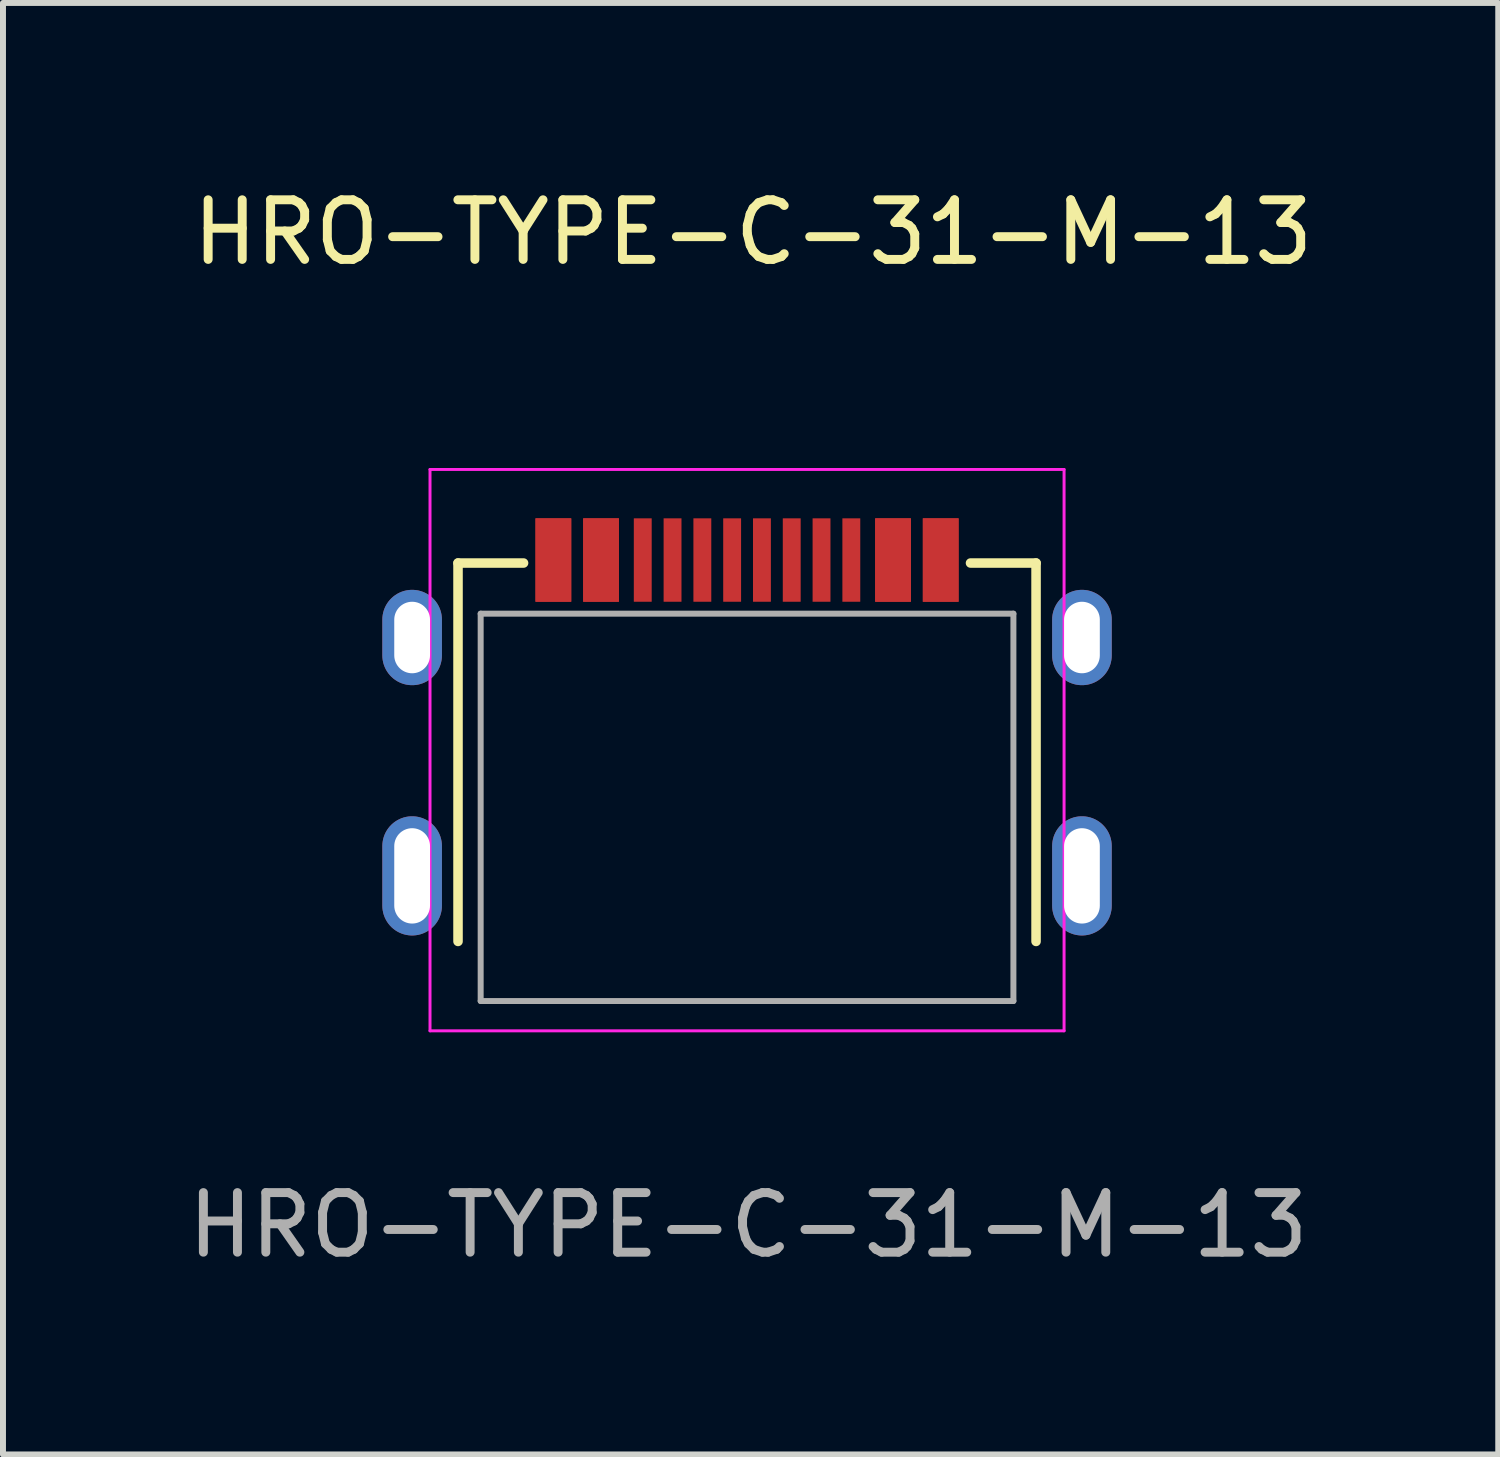
<source format=kicad_pcb>
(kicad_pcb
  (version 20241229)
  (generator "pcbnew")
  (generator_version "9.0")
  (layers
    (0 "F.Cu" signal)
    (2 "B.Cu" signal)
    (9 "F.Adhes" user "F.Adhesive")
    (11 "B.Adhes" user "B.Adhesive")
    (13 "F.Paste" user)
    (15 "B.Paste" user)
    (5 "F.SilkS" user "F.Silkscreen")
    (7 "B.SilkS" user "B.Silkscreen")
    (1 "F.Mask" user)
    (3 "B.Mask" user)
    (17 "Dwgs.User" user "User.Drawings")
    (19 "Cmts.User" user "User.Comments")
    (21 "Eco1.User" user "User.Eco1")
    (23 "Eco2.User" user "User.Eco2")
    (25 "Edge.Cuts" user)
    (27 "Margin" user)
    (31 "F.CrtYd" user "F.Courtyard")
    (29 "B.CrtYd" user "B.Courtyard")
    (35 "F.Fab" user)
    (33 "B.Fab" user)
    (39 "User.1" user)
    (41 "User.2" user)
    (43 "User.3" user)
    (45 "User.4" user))
  (footprint "HRO-TYPE-C-31-M-13"
    (layer "F.Cu")
    (at 9.586 10.098)
    (property "Reference" "HRO-TYPE-C-31-M-13" (at 0 -9.25 0) (layer "F.SilkS") (effects (font (size 1 1) (thickness 0.15))))
    (attr smd)
    (fp_line (start -4.95 -3.7) (end -4.95 2.65) (stroke (width 0.16) (type solid)) (layer "F.SilkS"))
    (fp_line (start -4.95 -3.7) (end -3.85 -3.7) (stroke (width 0.16) (type solid)) (layer "F.SilkS"))
    (fp_line (start 4.75 -3.7) (end 3.65 -3.7) (stroke (width 0.16) (type solid)) (layer "F.SilkS"))
    (fp_line (start 4.75 -3.7) (end 4.75 2.65) (stroke (width 0.16) (type solid)) (layer "F.SilkS"))
    (fp_line (start -4.72 -3.05) (end -4.72 3.65) (stroke (width 0.05) (type solid)) (layer "Eco1.User"))
    (fp_line (start -4.72 3.65) (end -6.1 3.65) (stroke (width 0.05) (type solid)) (layer "Eco1.User"))
    (fp_line (start -4.32 -3.05) (end 4.12 -3.05) (stroke (width 0.05) (type solid)) (layer "Eco1.User"))
    (fp_line (start 4.52 3.65) (end 4.52 -3.05) (stroke (width 0.05) (type solid)) (layer "Eco1.User"))
    (fp_line (start 5.9 3.65) (end 4.52 3.65) (stroke (width 0.05) (type solid)) (layer "Eco1.User"))
    (fp_arc (start -4.72 -3.05) (mid -4.52 -3.25) (end -4.32 -3.05) (stroke (width 0.05) (type solid)) (layer "Eco1.User"))
    (fp_arc (start 4.12 -3.05) (mid 4.32 -3.25) (end 4.52 -3.05) (stroke (width 0.05) (type solid)) (layer "Eco1.User"))
    (fp_line (start -5.42 -5.27) (end -5.42 4.15) (stroke (width 0.05) (type solid)) (layer "F.CrtYd"))
    (fp_line (start -5.42 -5.27) (end 5.22 -5.27) (stroke (width 0.05) (type solid)) (layer "F.CrtYd"))
    (fp_line (start -5.42 4.15) (end 5.22 4.15) (stroke (width 0.05) (type solid)) (layer "F.CrtYd"))
    (fp_line (start 5.22 -5.27) (end 5.22 4.15) (stroke (width 0.05) (type solid)) (layer "F.CrtYd"))
    (fp_line (start -4.57 -2.85) (end -4.57 3.65) (stroke (width 0.1) (type solid)) (layer "F.Fab"))
    (fp_line (start -4.57 -2.85) (end 4.37 -2.85) (stroke (width 0.1) (type solid)) (layer "F.Fab"))
    (fp_line (start -4.57 3.65) (end 4.37 3.65) (stroke (width 0.1) (type solid)) (layer "F.Fab"))
    (fp_line (start 4.37 -2.85) (end 4.37 3.65) (stroke (width 0.1) (type solid)) (layer "F.Fab"))
    (fp_text user "${REFERENCE}" (at -0.08 7.41 180) (layer "F.Fab") (effects (font (size 1 1) (thickness 0.15))))
    (pad "A1" smd rect (at -3.35 -3.75) (size 0.6 1.4) (layers "F.Cu" "F.Mask" "F.Paste"))
    (pad "A4" smd rect (at -2.55 -3.75) (size 0.6 1.4) (layers "F.Cu" "F.Mask" "F.Paste"))
    (pad "A5" smd rect (at -1.35 -3.75) (size 0.3 1.4) (layers "F.Cu" "F.Mask" "F.Paste"))
    (pad "A6" smd rect (at -0.35 -3.75) (size 0.3 1.4) (layers "F.Cu" "F.Mask" "F.Paste"))
    (pad "A7" smd rect (at 0.15 -3.75) (size 0.3 1.4) (layers "F.Cu" "F.Mask" "F.Paste"))
    (pad "A8" smd rect (at 1.15 -3.75) (size 0.3 1.4) (layers "F.Cu" "F.Mask" "F.Paste"))
    (pad "A9" smd rect (at 2.35 -3.75) (size 0.6 1.4) (layers "F.Cu" "F.Mask" "F.Paste"))
    (pad "A12" smd rect (at 3.15 -3.75) (size 0.6 1.4) (layers "F.Cu" "F.Mask" "F.Paste"))
    (pad "B1" smd rect (at 3.15 -3.75) (size 0.6 1.4) (layers "F.Cu" "F.Mask" "F.Paste"))
    (pad "B4" smd rect (at 2.35 -3.75) (size 0.6 1.4) (layers "F.Cu" "F.Mask" "F.Paste"))
    (pad "B5" smd rect (at 1.65 -3.75) (size 0.3 1.4) (layers "F.Cu" "F.Mask" "F.Paste"))
    (pad "B6" smd rect (at 0.65 -3.75) (size 0.3 1.4) (layers "F.Cu" "F.Mask" "F.Paste"))
    (pad "B7" smd rect (at -0.85 -3.75) (size 0.3 1.4) (layers "F.Cu" "F.Mask" "F.Paste"))
    (pad "B8" smd rect (at -1.85 -3.75) (size 0.3 1.4) (layers "F.Cu" "F.Mask" "F.Paste"))
    (pad "B9" smd rect (at -2.55 -3.75) (size 0.6 1.4) (layers "F.Cu" "F.Mask" "F.Paste"))
    (pad "B12" smd rect (at -3.35 -3.75) (size 0.6 1.4) (layers "F.Cu" "F.Mask" "F.Paste"))
    (pad "S1" thru_hole oval (at -5.72 -2.45) (size 1 1.6) (drill oval 0.6 1.2) (layers "*.Cu" "*.Mask"))
    (pad "S1" thru_hole oval (at -5.72 1.55) (size 1 2) (drill oval 0.6 1.6) (layers "*.Cu" "*.Mask"))
    (pad "S1" thru_hole oval (at 5.52 -2.45) (size 1 1.6) (drill oval 0.6 1.2) (layers "*.Cu" "*.Mask"))
    (pad "S1" thru_hole oval (at 5.52 1.55) (size 1 2) (drill oval 0.6 1.6) (layers "*.Cu" "*.Mask")))
  (gr_rect
    (start -3 -3)
    (end 22.092 21.357)
    (stroke (width 0.1) (type default))
    (fill no)
    (layer "Edge.Cuts")))
</source>
